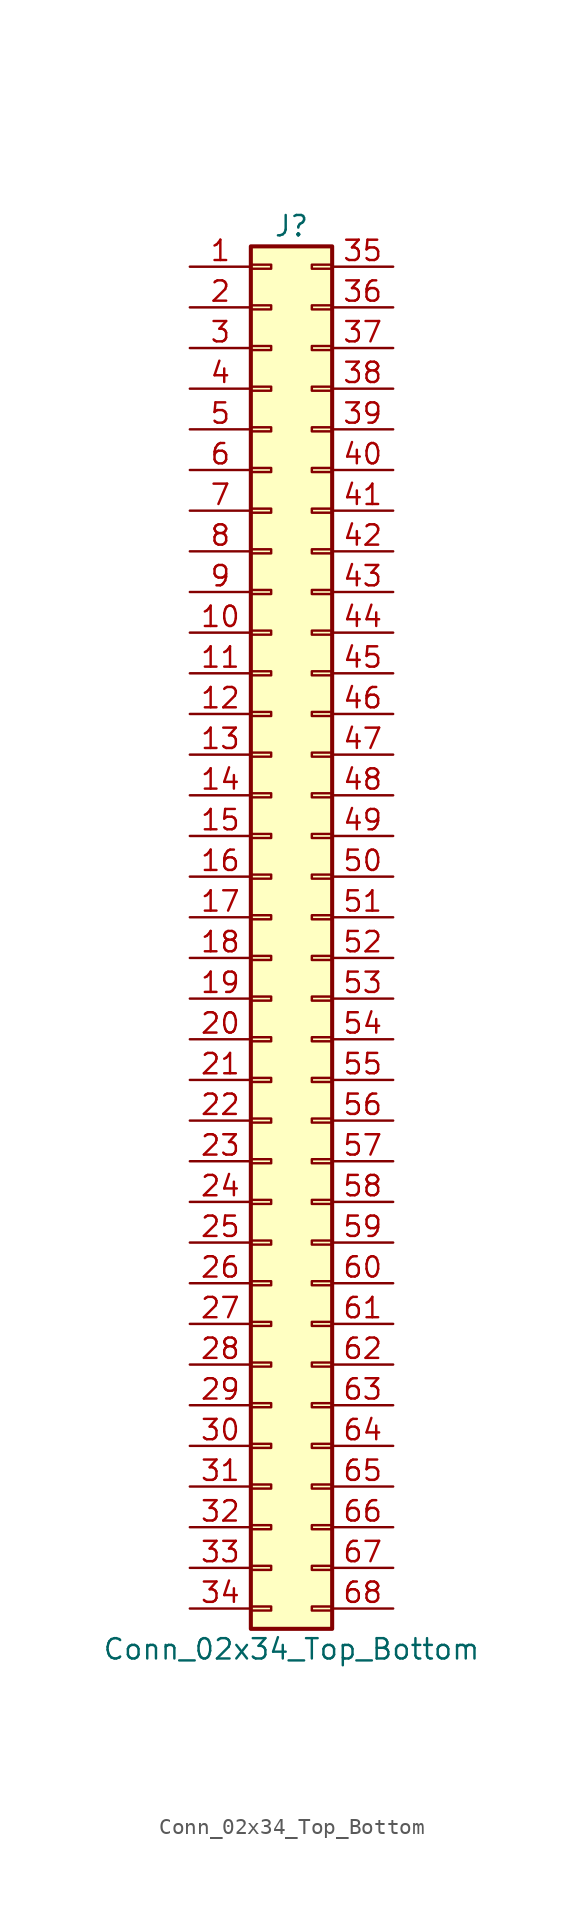
<source format=kicad_sym>
(kicad_symbol_lib
  (version 20211014)
  (generator kicad_symbol_editor)
  (symbol "Conn_02x34_Top_Bottom"
    (pin_names
      (offset 1.016) hide)
    (property "Reference" "J"
      (at 1.27 43.18 0)
      (effects (font (size 1.27 1.27))))
    (property "Value" "Conn_02x34_Top_Bottom"
      (at 1.27 -45.72 0)
      (effects (font (size 1.27 1.27))))
    (symbol "Conn_02x34_Top_Bottom_1_1"
      (rectangle (start -1.27 -43.053) (end 0 -43.307) (stroke (width 0.152) (type default) (color 0 0 0 0)) (fill (type none)))
      (rectangle (start -1.27 -40.513) (end 0 -40.767) (stroke (width 0.152) (type default) (color 0 0 0 0)) (fill (type none)))
      (rectangle (start -1.27 -37.973) (end 0 -38.227) (stroke (width 0.152) (type default) (color 0 0 0 0)) (fill (type none)))
      (rectangle (start -1.27 -35.433) (end 0 -35.687) (stroke (width 0.152) (type default) (color 0 0 0 0)) (fill (type none)))
      (rectangle (start -1.27 -32.893) (end 0 -33.147) (stroke (width 0.152) (type default) (color 0 0 0 0)) (fill (type none)))
      (rectangle (start -1.27 -30.353) (end 0 -30.607) (stroke (width 0.152) (type default) (color 0 0 0 0)) (fill (type none)))
      (rectangle (start -1.27 -27.813) (end 0 -28.067) (stroke (width 0.152) (type default) (color 0 0 0 0)) (fill (type none)))
      (rectangle (start -1.27 -25.273) (end 0 -25.527) (stroke (width 0.152) (type default) (color 0 0 0 0)) (fill (type none)))
      (rectangle (start -1.27 -22.733) (end 0 -22.987) (stroke (width 0.152) (type default) (color 0 0 0 0)) (fill (type none)))
      (rectangle (start -1.27 -20.193) (end 0 -20.447) (stroke (width 0.152) (type default) (color 0 0 0 0)) (fill (type none)))
      (rectangle (start -1.27 -17.653) (end 0 -17.907) (stroke (width 0.152) (type default) (color 0 0 0 0)) (fill (type none)))
      (rectangle (start -1.27 -15.113) (end 0 -15.367) (stroke (width 0.152) (type default) (color 0 0 0 0)) (fill (type none)))
      (rectangle (start -1.27 -12.573) (end 0 -12.827) (stroke (width 0.152) (type default) (color 0 0 0 0)) (fill (type none)))
      (rectangle (start -1.27 -10.033) (end 0 -10.287) (stroke (width 0.152) (type default) (color 0 0 0 0)) (fill (type none)))
      (rectangle (start -1.27 -7.493) (end 0 -7.747) (stroke (width 0.152) (type default) (color 0 0 0 0)) (fill (type none)))
      (rectangle (start -1.27 -4.953) (end 0 -5.207) (stroke (width 0.152) (type default) (color 0 0 0 0)) (fill (type none)))
      (rectangle (start -1.27 -2.413) (end 0 -2.667) (stroke (width 0.152) (type default) (color 0 0 0 0)) (fill (type none)))
      (rectangle (start -1.27 0.127) (end 0 -0.127) (stroke (width 0.152) (type default) (color 0 0 0 0)) (fill (type none)))
      (rectangle (start -1.27 2.667) (end 0 2.413) (stroke (width 0.152) (type default) (color 0 0 0 0)) (fill (type none)))
      (rectangle (start -1.27 5.207) (end 0 4.953) (stroke (width 0.152) (type default) (color 0 0 0 0)) (fill (type none)))
      (rectangle (start -1.27 7.747) (end 0 7.493) (stroke (width 0.152) (type default) (color 0 0 0 0)) (fill (type none)))
      (rectangle (start -1.27 10.287) (end 0 10.033) (stroke (width 0.152) (type default) (color 0 0 0 0)) (fill (type none)))
      (rectangle (start -1.27 12.827) (end 0 12.573) (stroke (width 0.152) (type default) (color 0 0 0 0)) (fill (type none)))
      (rectangle (start -1.27 15.367) (end 0 15.113) (stroke (width 0.152) (type default) (color 0 0 0 0)) (fill (type none)))
      (rectangle (start -1.27 17.907) (end 0 17.653) (stroke (width 0.152) (type default) (color 0 0 0 0)) (fill (type none)))
      (rectangle (start -1.27 20.447) (end 0 20.193) (stroke (width 0.152) (type default) (color 0 0 0 0)) (fill (type none)))
      (rectangle (start -1.27 22.987) (end 0 22.733) (stroke (width 0.152) (type default) (color 0 0 0 0)) (fill (type none)))
      (rectangle (start -1.27 25.527) (end 0 25.273) (stroke (width 0.152) (type default) (color 0 0 0 0)) (fill (type none)))
      (rectangle (start -1.27 28.067) (end 0 27.813) (stroke (width 0.152) (type default) (color 0 0 0 0)) (fill (type none)))
      (rectangle (start -1.27 30.607) (end 0 30.353) (stroke (width 0.152) (type default) (color 0 0 0 0)) (fill (type none)))
      (rectangle (start -1.27 33.147) (end 0 32.893) (stroke (width 0.152) (type default) (color 0 0 0 0)) (fill (type none)))
      (rectangle (start -1.27 35.687) (end 0 35.433) (stroke (width 0.152) (type default) (color 0 0 0 0)) (fill (type none)))
      (rectangle (start -1.27 38.227) (end 0 37.973) (stroke (width 0.152) (type default) (color 0 0 0 0)) (fill (type none)))
      (rectangle (start -1.27 40.767) (end 0 40.513) (stroke (width 0.152) (type default) (color 0 0 0 0)) (fill (type none)))
      (rectangle (start -1.27 41.91) (end 3.81 -44.45) (stroke (width 0.254) (type default) (color 0 0 0 0)) (fill (type background)))
      (rectangle (start 3.81 -43.053) (end 2.54 -43.307) (stroke (width 0.152) (type default) (color 0 0 0 0)) (fill (type none)))
      (rectangle (start 3.81 -40.513) (end 2.54 -40.767) (stroke (width 0.152) (type default) (color 0 0 0 0)) (fill (type none)))
      (rectangle (start 3.81 -37.973) (end 2.54 -38.227) (stroke (width 0.152) (type default) (color 0 0 0 0)) (fill (type none)))
      (rectangle (start 3.81 -35.433) (end 2.54 -35.687) (stroke (width 0.152) (type default) (color 0 0 0 0)) (fill (type none)))
      (rectangle (start 3.81 -32.893) (end 2.54 -33.147) (stroke (width 0.152) (type default) (color 0 0 0 0)) (fill (type none)))
      (rectangle (start 3.81 -30.353) (end 2.54 -30.607) (stroke (width 0.152) (type default) (color 0 0 0 0)) (fill (type none)))
      (rectangle (start 3.81 -27.813) (end 2.54 -28.067) (stroke (width 0.152) (type default) (color 0 0 0 0)) (fill (type none)))
      (rectangle (start 3.81 -25.273) (end 2.54 -25.527) (stroke (width 0.152) (type default) (color 0 0 0 0)) (fill (type none)))
      (rectangle (start 3.81 -22.733) (end 2.54 -22.987) (stroke (width 0.152) (type default) (color 0 0 0 0)) (fill (type none)))
      (rectangle (start 3.81 -20.193) (end 2.54 -20.447) (stroke (width 0.152) (type default) (color 0 0 0 0)) (fill (type none)))
      (rectangle (start 3.81 -17.653) (end 2.54 -17.907) (stroke (width 0.152) (type default) (color 0 0 0 0)) (fill (type none)))
      (rectangle (start 3.81 -15.113) (end 2.54 -15.367) (stroke (width 0.152) (type default) (color 0 0 0 0)) (fill (type none)))
      (rectangle (start 3.81 -12.573) (end 2.54 -12.827) (stroke (width 0.152) (type default) (color 0 0 0 0)) (fill (type none)))
      (rectangle (start 3.81 -10.033) (end 2.54 -10.287) (stroke (width 0.152) (type default) (color 0 0 0 0)) (fill (type none)))
      (rectangle (start 3.81 -7.493) (end 2.54 -7.747) (stroke (width 0.152) (type default) (color 0 0 0 0)) (fill (type none)))
      (rectangle (start 3.81 -4.953) (end 2.54 -5.207) (stroke (width 0.152) (type default) (color 0 0 0 0)) (fill (type none)))
      (rectangle (start 3.81 -2.413) (end 2.54 -2.667) (stroke (width 0.152) (type default) (color 0 0 0 0)) (fill (type none)))
      (rectangle (start 3.81 0.127) (end 2.54 -0.127) (stroke (width 0.152) (type default) (color 0 0 0 0)) (fill (type none)))
      (rectangle (start 3.81 2.667) (end 2.54 2.413) (stroke (width 0.152) (type default) (color 0 0 0 0)) (fill (type none)))
      (rectangle (start 3.81 5.207) (end 2.54 4.953) (stroke (width 0.152) (type default) (color 0 0 0 0)) (fill (type none)))
      (rectangle (start 3.81 7.747) (end 2.54 7.493) (stroke (width 0.152) (type default) (color 0 0 0 0)) (fill (type none)))
      (rectangle (start 3.81 10.287) (end 2.54 10.033) (stroke (width 0.152) (type default) (color 0 0 0 0)) (fill (type none)))
      (rectangle (start 3.81 12.827) (end 2.54 12.573) (stroke (width 0.152) (type default) (color 0 0 0 0)) (fill (type none)))
      (rectangle (start 3.81 15.367) (end 2.54 15.113) (stroke (width 0.152) (type default) (color 0 0 0 0)) (fill (type none)))
      (rectangle (start 3.81 17.907) (end 2.54 17.653) (stroke (width 0.152) (type default) (color 0 0 0 0)) (fill (type none)))
      (rectangle (start 3.81 20.447) (end 2.54 20.193) (stroke (width 0.152) (type default) (color 0 0 0 0)) (fill (type none)))
      (rectangle (start 3.81 22.987) (end 2.54 22.733) (stroke (width 0.152) (type default) (color 0 0 0 0)) (fill (type none)))
      (rectangle (start 3.81 25.527) (end 2.54 25.273) (stroke (width 0.152) (type default) (color 0 0 0 0)) (fill (type none)))
      (rectangle (start 3.81 28.067) (end 2.54 27.813) (stroke (width 0.152) (type default) (color 0 0 0 0)) (fill (type none)))
      (rectangle (start 3.81 30.607) (end 2.54 30.353) (stroke (width 0.152) (type default) (color 0 0 0 0)) (fill (type none)))
      (rectangle (start 3.81 33.147) (end 2.54 32.893) (stroke (width 0.152) (type default) (color 0 0 0 0)) (fill (type none)))
      (rectangle (start 3.81 35.687) (end 2.54 35.433) (stroke (width 0.152) (type default) (color 0 0 0 0)) (fill (type none)))
      (rectangle (start 3.81 38.227) (end 2.54 37.973) (stroke (width 0.152) (type default) (color 0 0 0 0)) (fill (type none)))
      (rectangle (start 3.81 40.767) (end 2.54 40.513) (stroke (width 0.152) (type default) (color 0 0 0 0)) (fill (type none)))
      (pin passive line (at -5.08 40.64 0) (length 3.81) (name "Pin_1" (effects (font (size 1.27 1.27)))) (number "1" (effects (font (size 1.27 1.27)))))
      (pin passive line (at -5.08 17.78 0) (length 3.81) (name "Pin_10" (effects (font (size 1.27 1.27)))) (number "10" (effects (font (size 1.27 1.27)))))
      (pin passive line (at -5.08 15.24 0) (length 3.81) (name "Pin_11" (effects (font (size 1.27 1.27)))) (number "11" (effects (font (size 1.27 1.27)))))
      (pin passive line (at -5.08 12.7 0) (length 3.81) (name "Pin_12" (effects (font (size 1.27 1.27)))) (number "12" (effects (font (size 1.27 1.27)))))
      (pin passive line (at -5.08 10.16 0) (length 3.81) (name "Pin_13" (effects (font (size 1.27 1.27)))) (number "13" (effects (font (size 1.27 1.27)))))
      (pin passive line (at -5.08 7.62 0) (length 3.81) (name "Pin_14" (effects (font (size 1.27 1.27)))) (number "14" (effects (font (size 1.27 1.27)))))
      (pin passive line (at -5.08 5.08 0) (length 3.81) (name "Pin_15" (effects (font (size 1.27 1.27)))) (number "15" (effects (font (size 1.27 1.27)))))
      (pin passive line (at -5.08 2.54 0) (length 3.81) (name "Pin_16" (effects (font (size 1.27 1.27)))) (number "16" (effects (font (size 1.27 1.27)))))
      (pin passive line (at -5.08 0 0) (length 3.81) (name "Pin_17" (effects (font (size 1.27 1.27)))) (number "17" (effects (font (size 1.27 1.27)))))
      (pin passive line (at -5.08 -2.54 0) (length 3.81) (name "Pin_18" (effects (font (size 1.27 1.27)))) (number "18" (effects (font (size 1.27 1.27)))))
      (pin passive line (at -5.08 -5.08 0) (length 3.81) (name "Pin_19" (effects (font (size 1.27 1.27)))) (number "19" (effects (font (size 1.27 1.27)))))
      (pin passive line (at -5.08 38.1 0) (length 3.81) (name "Pin_2" (effects (font (size 1.27 1.27)))) (number "2" (effects (font (size 1.27 1.27)))))
      (pin passive line (at -5.08 -7.62 0) (length 3.81) (name "Pin_20" (effects (font (size 1.27 1.27)))) (number "20" (effects (font (size 1.27 1.27)))))
      (pin passive line (at -5.08 -10.16 0) (length 3.81) (name "Pin_21" (effects (font (size 1.27 1.27)))) (number "21" (effects (font (size 1.27 1.27)))))
      (pin passive line (at -5.08 -12.7 0) (length 3.81) (name "Pin_22" (effects (font (size 1.27 1.27)))) (number "22" (effects (font (size 1.27 1.27)))))
      (pin passive line (at -5.08 -15.24 0) (length 3.81) (name "Pin_23" (effects (font (size 1.27 1.27)))) (number "23" (effects (font (size 1.27 1.27)))))
      (pin passive line (at -5.08 -17.78 0) (length 3.81) (name "Pin_24" (effects (font (size 1.27 1.27)))) (number "24" (effects (font (size 1.27 1.27)))))
      (pin passive line (at -5.08 -20.32 0) (length 3.81) (name "Pin_25" (effects (font (size 1.27 1.27)))) (number "25" (effects (font (size 1.27 1.27)))))
      (pin passive line (at -5.08 -22.86 0) (length 3.81) (name "Pin_26" (effects (font (size 1.27 1.27)))) (number "26" (effects (font (size 1.27 1.27)))))
      (pin passive line (at -5.08 -25.4 0) (length 3.81) (name "Pin_27" (effects (font (size 1.27 1.27)))) (number "27" (effects (font (size 1.27 1.27)))))
      (pin passive line (at -5.08 -27.94 0) (length 3.81) (name "Pin_28" (effects (font (size 1.27 1.27)))) (number "28" (effects (font (size 1.27 1.27)))))
      (pin passive line (at -5.08 -30.48 0) (length 3.81) (name "Pin_29" (effects (font (size 1.27 1.27)))) (number "29" (effects (font (size 1.27 1.27)))))
      (pin passive line (at -5.08 35.56 0) (length 3.81) (name "Pin_3" (effects (font (size 1.27 1.27)))) (number "3" (effects (font (size 1.27 1.27)))))
      (pin passive line (at -5.08 -33.02 0) (length 3.81) (name "Pin_30" (effects (font (size 1.27 1.27)))) (number "30" (effects (font (size 1.27 1.27)))))
      (pin passive line (at -5.08 -35.56 0) (length 3.81) (name "Pin_31" (effects (font (size 1.27 1.27)))) (number "31" (effects (font (size 1.27 1.27)))))
      (pin passive line (at -5.08 -38.1 0) (length 3.81) (name "Pin_32" (effects (font (size 1.27 1.27)))) (number "32" (effects (font (size 1.27 1.27)))))
      (pin passive line (at -5.08 -40.64 0) (length 3.81) (name "Pin_33" (effects (font (size 1.27 1.27)))) (number "33" (effects (font (size 1.27 1.27)))))
      (pin passive line (at -5.08 -43.18 0) (length 3.81) (name "Pin_34" (effects (font (size 1.27 1.27)))) (number "34" (effects (font (size 1.27 1.27)))))
      (pin passive line (at 7.62 40.64 180) (length 3.81) (name "Pin_35" (effects (font (size 1.27 1.27)))) (number "35" (effects (font (size 1.27 1.27)))))
      (pin passive line (at 7.62 38.1 180) (length 3.81) (name "Pin_36" (effects (font (size 1.27 1.27)))) (number "36" (effects (font (size 1.27 1.27)))))
      (pin passive line (at 7.62 35.56 180) (length 3.81) (name "Pin_37" (effects (font (size 1.27 1.27)))) (number "37" (effects (font (size 1.27 1.27)))))
      (pin passive line (at 7.62 33.02 180) (length 3.81) (name "Pin_38" (effects (font (size 1.27 1.27)))) (number "38" (effects (font (size 1.27 1.27)))))
      (pin passive line (at 7.62 30.48 180) (length 3.81) (name "Pin_39" (effects (font (size 1.27 1.27)))) (number "39" (effects (font (size 1.27 1.27)))))
      (pin passive line (at -5.08 33.02 0) (length 3.81) (name "Pin_4" (effects (font (size 1.27 1.27)))) (number "4" (effects (font (size 1.27 1.27)))))
      (pin passive line (at 7.62 27.94 180) (length 3.81) (name "Pin_40" (effects (font (size 1.27 1.27)))) (number "40" (effects (font (size 1.27 1.27)))))
      (pin passive line (at 7.62 25.4 180) (length 3.81) (name "Pin_41" (effects (font (size 1.27 1.27)))) (number "41" (effects (font (size 1.27 1.27)))))
      (pin passive line (at 7.62 22.86 180) (length 3.81) (name "Pin_42" (effects (font (size 1.27 1.27)))) (number "42" (effects (font (size 1.27 1.27)))))
      (pin passive line (at 7.62 20.32 180) (length 3.81) (name "Pin_43" (effects (font (size 1.27 1.27)))) (number "43" (effects (font (size 1.27 1.27)))))
      (pin passive line (at 7.62 17.78 180) (length 3.81) (name "Pin_44" (effects (font (size 1.27 1.27)))) (number "44" (effects (font (size 1.27 1.27)))))
      (pin passive line (at 7.62 15.24 180) (length 3.81) (name "Pin_45" (effects (font (size 1.27 1.27)))) (number "45" (effects (font (size 1.27 1.27)))))
      (pin passive line (at 7.62 12.7 180) (length 3.81) (name "Pin_46" (effects (font (size 1.27 1.27)))) (number "46" (effects (font (size 1.27 1.27)))))
      (pin passive line (at 7.62 10.16 180) (length 3.81) (name "Pin_47" (effects (font (size 1.27 1.27)))) (number "47" (effects (font (size 1.27 1.27)))))
      (pin passive line (at 7.62 7.62 180) (length 3.81) (name "Pin_48" (effects (font (size 1.27 1.27)))) (number "48" (effects (font (size 1.27 1.27)))))
      (pin passive line (at 7.62 5.08 180) (length 3.81) (name "Pin_49" (effects (font (size 1.27 1.27)))) (number "49" (effects (font (size 1.27 1.27)))))
      (pin passive line (at -5.08 30.48 0) (length 3.81) (name "Pin_5" (effects (font (size 1.27 1.27)))) (number "5" (effects (font (size 1.27 1.27)))))
      (pin passive line (at 7.62 2.54 180) (length 3.81) (name "Pin_50" (effects (font (size 1.27 1.27)))) (number "50" (effects (font (size 1.27 1.27)))))
      (pin passive line (at 7.62 0 180) (length 3.81) (name "Pin_51" (effects (font (size 1.27 1.27)))) (number "51" (effects (font (size 1.27 1.27)))))
      (pin passive line (at 7.62 -2.54 180) (length 3.81) (name "Pin_52" (effects (font (size 1.27 1.27)))) (number "52" (effects (font (size 1.27 1.27)))))
      (pin passive line (at 7.62 -5.08 180) (length 3.81) (name "Pin_53" (effects (font (size 1.27 1.27)))) (number "53" (effects (font (size 1.27 1.27)))))
      (pin passive line (at 7.62 -7.62 180) (length 3.81) (name "Pin_54" (effects (font (size 1.27 1.27)))) (number "54" (effects (font (size 1.27 1.27)))))
      (pin passive line (at 7.62 -10.16 180) (length 3.81) (name "Pin_55" (effects (font (size 1.27 1.27)))) (number "55" (effects (font (size 1.27 1.27)))))
      (pin passive line (at 7.62 -12.7 180) (length 3.81) (name "Pin_56" (effects (font (size 1.27 1.27)))) (number "56" (effects (font (size 1.27 1.27)))))
      (pin passive line (at 7.62 -15.24 180) (length 3.81) (name "Pin_57" (effects (font (size 1.27 1.27)))) (number "57" (effects (font (size 1.27 1.27)))))
      (pin passive line (at 7.62 -17.78 180) (length 3.81) (name "Pin_58" (effects (font (size 1.27 1.27)))) (number "58" (effects (font (size 1.27 1.27)))))
      (pin passive line (at 7.62 -20.32 180) (length 3.81) (name "Pin_59" (effects (font (size 1.27 1.27)))) (number "59" (effects (font (size 1.27 1.27)))))
      (pin passive line (at -5.08 27.94 0) (length 3.81) (name "Pin_6" (effects (font (size 1.27 1.27)))) (number "6" (effects (font (size 1.27 1.27)))))
      (pin passive line (at 7.62 -22.86 180) (length 3.81) (name "Pin_60" (effects (font (size 1.27 1.27)))) (number "60" (effects (font (size 1.27 1.27)))))
      (pin passive line (at 7.62 -25.4 180) (length 3.81) (name "Pin_61" (effects (font (size 1.27 1.27)))) (number "61" (effects (font (size 1.27 1.27)))))
      (pin passive line (at 7.62 -27.94 180) (length 3.81) (name "Pin_62" (effects (font (size 1.27 1.27)))) (number "62" (effects (font (size 1.27 1.27)))))
      (pin passive line (at 7.62 -30.48 180) (length 3.81) (name "Pin_63" (effects (font (size 1.27 1.27)))) (number "63" (effects (font (size 1.27 1.27)))))
      (pin passive line (at 7.62 -33.02 180) (length 3.81) (name "Pin_64" (effects (font (size 1.27 1.27)))) (number "64" (effects (font (size 1.27 1.27)))))
      (pin passive line (at 7.62 -35.56 180) (length 3.81) (name "Pin_65" (effects (font (size 1.27 1.27)))) (number "65" (effects (font (size 1.27 1.27)))))
      (pin passive line (at 7.62 -38.1 180) (length 3.81) (name "Pin_66" (effects (font (size 1.27 1.27)))) (number "66" (effects (font (size 1.27 1.27)))))
      (pin passive line (at 7.62 -40.64 180) (length 3.81) (name "Pin_67" (effects (font (size 1.27 1.27)))) (number "67" (effects (font (size 1.27 1.27)))))
      (pin passive line (at 7.62 -43.18 180) (length 3.81) (name "Pin_68" (effects (font (size 1.27 1.27)))) (number "68" (effects (font (size 1.27 1.27)))))
      (pin passive line (at -5.08 25.4 0) (length 3.81) (name "Pin_7" (effects (font (size 1.27 1.27)))) (number "7" (effects (font (size 1.27 1.27)))))
      (pin passive line (at -5.08 22.86 0) (length 3.81) (name "Pin_8" (effects (font (size 1.27 1.27)))) (number "8" (effects (font (size 1.27 1.27)))))
      (pin passive line (at -5.08 20.32 0) (length 3.81) (name "Pin_9" (effects (font (size 1.27 1.27)))) (number "9" (effects (font (size 1.27 1.27))))))))
</source>
